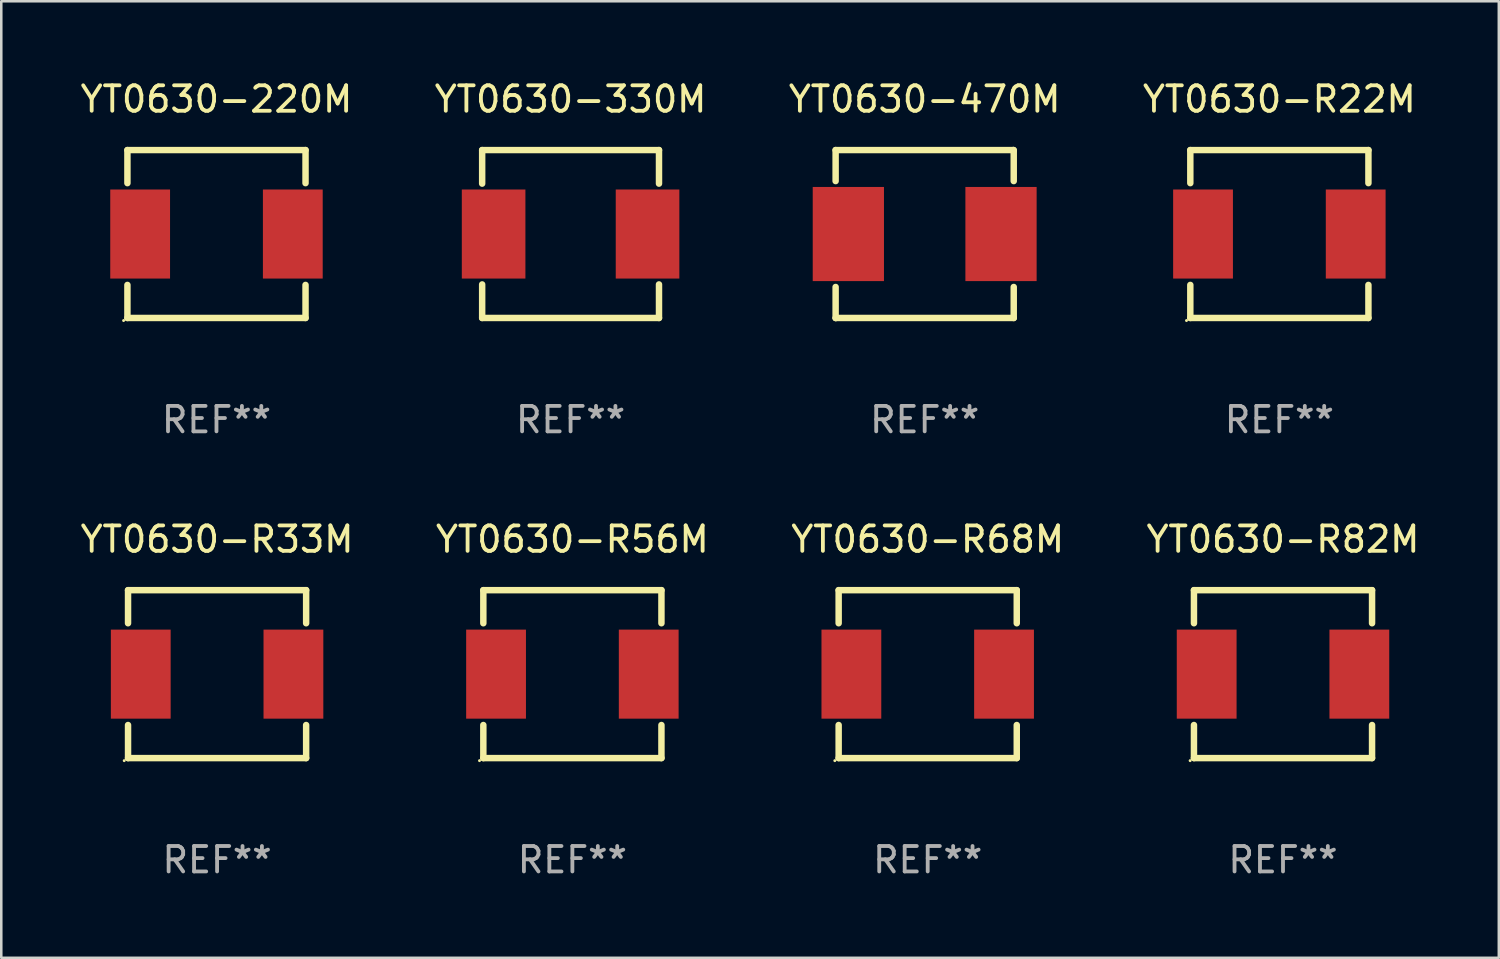
<source format=kicad_pcb>
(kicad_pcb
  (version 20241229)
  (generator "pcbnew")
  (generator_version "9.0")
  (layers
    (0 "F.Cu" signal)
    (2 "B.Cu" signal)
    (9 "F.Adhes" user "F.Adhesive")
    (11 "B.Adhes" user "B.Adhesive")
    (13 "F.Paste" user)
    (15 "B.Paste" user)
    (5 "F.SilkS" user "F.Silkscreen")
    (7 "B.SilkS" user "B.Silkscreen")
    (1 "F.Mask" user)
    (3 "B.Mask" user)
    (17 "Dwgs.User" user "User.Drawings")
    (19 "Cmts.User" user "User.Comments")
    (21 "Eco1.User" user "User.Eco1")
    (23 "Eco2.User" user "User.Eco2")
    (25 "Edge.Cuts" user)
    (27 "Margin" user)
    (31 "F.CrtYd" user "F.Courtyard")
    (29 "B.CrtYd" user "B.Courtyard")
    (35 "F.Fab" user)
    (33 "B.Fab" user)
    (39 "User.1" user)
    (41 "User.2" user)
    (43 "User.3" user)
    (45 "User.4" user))
  (footprint "YT0630-470M"
    (layer "F.Cu")
    (at 33.292 6.148)
    (property "Reference" "YT0630-470M" (at 0 -5.3 0) (layer "F.SilkS") (effects (font (size 1 1) (thickness 0.15))))
    (attr through_hole)
    (fp_line (start -3.5 -3.3) (end 3.48 -3.3) (stroke (width 0.254) (type solid)) (layer "F.SilkS"))
    (fp_line (start -3.5 -2.081) (end -3.5 -3.3) (stroke (width 0.254) (type solid)) (layer "F.SilkS"))
    (fp_line (start -3.5 3.3) (end -3.5 2.081) (stroke (width 0.254) (type solid)) (layer "F.SilkS"))
    (fp_line (start -3.49 3.3) (end -3.5 3.3) (stroke (width 0.254) (type solid)) (layer "F.SilkS"))
    (fp_line (start 3.48 -3.3) (end 3.5 -3.28) (stroke (width 0.254) (type solid)) (layer "F.SilkS"))
    (fp_line (start 3.5 -3.3) (end 3.5 -2.081) (stroke (width 0.254) (type solid)) (layer "F.SilkS"))
    (fp_line (start 3.5 2.081) (end 3.5 3.3) (stroke (width 0.254) (type solid)) (layer "F.SilkS"))
    (fp_line (start 3.5 3.3) (end -3.49 3.3) (stroke (width 0.254) (type solid)) (layer "F.SilkS"))
    (fp_circle (center -3.5 3.3) (end -3.47 3.3) (stroke (width 0.06) (type solid)) (fill no) (layer "F.SilkS"))
    (fp_text user "REF**" (at 0 7.3 0) (layer "F.Fab") (effects (font (size 1 1) (thickness 0.15))))
    (pad "1" smd rect (at -3 0) (size 2.8 3.7) (layers "F.Cu" "F.Mask" "F.Paste"))
    (pad "2" smd rect (at 3 0) (size 2.8 3.7) (layers "F.Cu" "F.Mask" "F.Paste")))
  (footprint "YT0630-R56M"
    (layer "F.Cu")
    (at 19.446 23.445)
    (property "Reference" "YT0630-R56M" (at 0 -5.3 0) (layer "F.SilkS") (effects (font (size 1 1) (thickness 0.15))))
    (attr through_hole)
    (fp_line (start -3.5 3.3) (end 3.5 3.3) (stroke (width 0.254) (type solid)) (layer "F.SilkS"))
    (fp_line (start -3.5 -3.3) (end -3.5 -2) (stroke (width 0.254) (type solid)) (layer "F.SilkS"))
    (fp_line (start -3.5 -3.3) (end 3.5 -3.3) (stroke (width 0.254) (type solid)) (layer "F.SilkS"))
    (fp_line (start -3.5 2) (end -3.5 3.3) (stroke (width 0.254) (type solid)) (layer "F.SilkS"))
    (fp_line (start 3.5 -3.3) (end 3.5 -2) (stroke (width 0.254) (type solid)) (layer "F.SilkS"))
    (fp_line (start 3.5 2) (end 3.5 3.3) (stroke (width 0.254) (type solid)) (layer "F.SilkS"))
    (fp_circle (center -3.65 3.4) (end -3.62 3.4) (stroke (width 0.06) (type solid)) (fill no) (layer "F.SilkS"))
    (fp_text user "REF**" (at 0 7.3 0) (layer "F.Fab") (effects (font (size 1 1) (thickness 0.15))))
    (pad "1" smd rect (at -3 0) (size 2.35 3.5) (layers "F.Cu" "F.Mask" "F.Paste"))
    (pad "2" smd rect (at 3 0) (size 2.35 3.5) (layers "F.Cu" "F.Mask" "F.Paste")))
  (footprint "YT0630-R82M"
    (layer "F.Cu")
    (at 47.375 23.445)
    (property "Reference" "YT0630-R82M" (at 0 -5.3 0) (layer "F.SilkS") (effects (font (size 1 1) (thickness 0.15))))
    (attr through_hole)
    (fp_line (start -3.5 3.3) (end 3.5 3.3) (stroke (width 0.254) (type solid)) (layer "F.SilkS"))
    (fp_line (start -3.5 -3.3) (end -3.5 -2) (stroke (width 0.254) (type solid)) (layer "F.SilkS"))
    (fp_line (start -3.5 -3.3) (end 3.5 -3.3) (stroke (width 0.254) (type solid)) (layer "F.SilkS"))
    (fp_line (start -3.5 2) (end -3.5 3.3) (stroke (width 0.254) (type solid)) (layer "F.SilkS"))
    (fp_line (start 3.5 -3.3) (end 3.5 -2) (stroke (width 0.254) (type solid)) (layer "F.SilkS"))
    (fp_line (start 3.5 2) (end 3.5 3.3) (stroke (width 0.254) (type solid)) (layer "F.SilkS"))
    (fp_circle (center -3.65 3.4) (end -3.62 3.4) (stroke (width 0.06) (type solid)) (fill no) (layer "F.SilkS"))
    (fp_text user "REF**" (at 0 7.3 0) (layer "F.Fab") (effects (font (size 1 1) (thickness 0.15))))
    (pad "1" smd rect (at -3 0) (size 2.35 3.5) (layers "F.Cu" "F.Mask" "F.Paste"))
    (pad "2" smd rect (at 3 0) (size 2.35 3.5) (layers "F.Cu" "F.Mask" "F.Paste")))
  (footprint "YT0630-220M"
    (layer "F.Cu")
    (at 5.458 6.148)
    (property "Reference" "YT0630-220M" (at 0 -5.3 0) (layer "F.SilkS") (effects (font (size 1 1) (thickness 0.15))))
    (attr through_hole)
    (fp_line (start -3.5 3.3) (end 3.5 3.3) (stroke (width 0.254) (type solid)) (layer "F.SilkS"))
    (fp_line (start -3.5 -3.3) (end -3.5 -2) (stroke (width 0.254) (type solid)) (layer "F.SilkS"))
    (fp_line (start -3.5 -3.3) (end 3.5 -3.3) (stroke (width 0.254) (type solid)) (layer "F.SilkS"))
    (fp_line (start -3.5 2) (end -3.5 3.3) (stroke (width 0.254) (type solid)) (layer "F.SilkS"))
    (fp_line (start 3.5 -3.3) (end 3.5 -2) (stroke (width 0.254) (type solid)) (layer "F.SilkS"))
    (fp_line (start 3.5 2) (end 3.5 3.3) (stroke (width 0.254) (type solid)) (layer "F.SilkS"))
    (fp_circle (center -3.65 3.4) (end -3.62 3.4) (stroke (width 0.06) (type solid)) (fill no) (layer "F.SilkS"))
    (fp_text user "REF**" (at 0 7.3 0) (layer "F.Fab") (effects (font (size 1 1) (thickness 0.15))))
    (pad "1" smd rect (at -3 0) (size 2.35 3.5) (layers "F.Cu" "F.Mask" "F.Paste"))
    (pad "2" smd rect (at 3 0) (size 2.35 3.5) (layers "F.Cu" "F.Mask" "F.Paste")))
  (footprint "YT0630-R68M"
    (layer "F.Cu")
    (at 33.411 23.445)
    (property "Reference" "YT0630-R68M" (at 0 -5.3 0) (layer "F.SilkS") (effects (font (size 1 1) (thickness 0.15))))
    (attr through_hole)
    (fp_line (start -3.5 3.3) (end 3.5 3.3) (stroke (width 0.254) (type solid)) (layer "F.SilkS"))
    (fp_line (start -3.5 -3.3) (end -3.5 -2) (stroke (width 0.254) (type solid)) (layer "F.SilkS"))
    (fp_line (start -3.5 -3.3) (end 3.5 -3.3) (stroke (width 0.254) (type solid)) (layer "F.SilkS"))
    (fp_line (start -3.5 2) (end -3.5 3.3) (stroke (width 0.254) (type solid)) (layer "F.SilkS"))
    (fp_line (start 3.5 -3.3) (end 3.5 -2) (stroke (width 0.254) (type solid)) (layer "F.SilkS"))
    (fp_line (start 3.5 2) (end 3.5 3.3) (stroke (width 0.254) (type solid)) (layer "F.SilkS"))
    (fp_circle (center -3.65 3.4) (end -3.62 3.4) (stroke (width 0.06) (type solid)) (fill no) (layer "F.SilkS"))
    (fp_text user "REF**" (at 0 7.3 0) (layer "F.Fab") (effects (font (size 1 1) (thickness 0.15))))
    (pad "1" smd rect (at -3 0) (size 2.35 3.5) (layers "F.Cu" "F.Mask" "F.Paste"))
    (pad "2" smd rect (at 3 0) (size 2.35 3.5) (layers "F.Cu" "F.Mask" "F.Paste")))
  (footprint "YT0630-R22M"
    (layer "F.Cu")
    (at 47.232 6.148)
    (property "Reference" "YT0630-R22M" (at 0 -5.3 0) (layer "F.SilkS") (effects (font (size 1 1) (thickness 0.15))))
    (attr through_hole)
    (fp_line (start -3.5 3.3) (end 3.5 3.3) (stroke (width 0.254) (type solid)) (layer "F.SilkS"))
    (fp_line (start -3.5 -3.3) (end -3.5 -2) (stroke (width 0.254) (type solid)) (layer "F.SilkS"))
    (fp_line (start -3.5 -3.3) (end 3.5 -3.3) (stroke (width 0.254) (type solid)) (layer "F.SilkS"))
    (fp_line (start -3.5 2) (end -3.5 3.3) (stroke (width 0.254) (type solid)) (layer "F.SilkS"))
    (fp_line (start 3.5 -3.3) (end 3.5 -2) (stroke (width 0.254) (type solid)) (layer "F.SilkS"))
    (fp_line (start 3.5 2) (end 3.5 3.3) (stroke (width 0.254) (type solid)) (layer "F.SilkS"))
    (fp_circle (center -3.65 3.4) (end -3.62 3.4) (stroke (width 0.06) (type solid)) (fill no) (layer "F.SilkS"))
    (fp_text user "REF**" (at 0 7.3 0) (layer "F.Fab") (effects (font (size 1 1) (thickness 0.15))))
    (pad "1" smd rect (at -3 0) (size 2.35 3.5) (layers "F.Cu" "F.Mask" "F.Paste"))
    (pad "2" smd rect (at 3 0) (size 2.35 3.5) (layers "F.Cu" "F.Mask" "F.Paste")))
  (footprint "YT0630-330M"
    (layer "F.Cu")
    (at 19.375 6.148)
    (property "Reference" "YT0630-330M" (at 0 -5.3 0) (layer "F.SilkS") (effects (font (size 1 1) (thickness 0.15))))
    (attr through_hole)
    (fp_line (start -3.475 -3.3) (end 3.475 -3.3) (stroke (width 0.254) (type solid)) (layer "F.SilkS"))
    (fp_line (start -3.475 -1.981) (end -3.475 -3.3) (stroke (width 0.254) (type solid)) (layer "F.SilkS"))
    (fp_line (start -3.475 3.3) (end -3.475 1.981) (stroke (width 0.254) (type solid)) (layer "F.SilkS"))
    (fp_line (start -3.475 3.3) (end 3.475 3.3) (stroke (width 0.254) (type solid)) (layer "F.SilkS"))
    (fp_line (start 3.475 -1.981) (end 3.475 -3.3) (stroke (width 0.254) (type solid)) (layer "F.SilkS"))
    (fp_line (start 3.475 3.3) (end 3.475 1.981) (stroke (width 0.254) (type solid)) (layer "F.SilkS"))
    (fp_circle (center -3.5 3.3) (end -3.47 3.3) (stroke (width 0.06) (type solid)) (fill no) (layer "F.SilkS"))
    (fp_text user "REF**" (at 0 7.3 0) (layer "F.Fab") (effects (font (size 1 1) (thickness 0.15))))
    (pad "1" smd rect (at -3.025 0) (size 2.5 3.5) (layers "F.Cu" "F.Mask" "F.Paste"))
    (pad "2" smd rect (at 3.025 0) (size 2.5 3.5) (layers "F.Cu" "F.Mask" "F.Paste")))
  (footprint "YT0630-R33M"
    (layer "F.Cu")
    (at 5.482 23.445)
    (property "Reference" "YT0630-R33M" (at 0 -5.3 0) (layer "F.SilkS") (effects (font (size 1 1) (thickness 0.15))))
    (attr through_hole)
    (fp_line (start -3.5 3.3) (end 3.5 3.3) (stroke (width 0.254) (type solid)) (layer "F.SilkS"))
    (fp_line (start -3.5 -3.3) (end -3.5 -2) (stroke (width 0.254) (type solid)) (layer "F.SilkS"))
    (fp_line (start -3.5 -3.3) (end 3.5 -3.3) (stroke (width 0.254) (type solid)) (layer "F.SilkS"))
    (fp_line (start -3.5 2) (end -3.5 3.3) (stroke (width 0.254) (type solid)) (layer "F.SilkS"))
    (fp_line (start 3.5 -3.3) (end 3.5 -2) (stroke (width 0.254) (type solid)) (layer "F.SilkS"))
    (fp_line (start 3.5 2) (end 3.5 3.3) (stroke (width 0.254) (type solid)) (layer "F.SilkS"))
    (fp_circle (center -3.65 3.4) (end -3.62 3.4) (stroke (width 0.06) (type solid)) (fill no) (layer "F.SilkS"))
    (fp_text user "REF**" (at 0 7.3 0) (layer "F.Fab") (effects (font (size 1 1) (thickness 0.15))))
    (pad "1" smd rect (at -3 0) (size 2.35 3.5) (layers "F.Cu" "F.Mask" "F.Paste"))
    (pad "2" smd rect (at 3 0) (size 2.35 3.5) (layers "F.Cu" "F.Mask" "F.Paste")))
  (gr_rect
    (start -3 -3)
    (end 55.857 34.593)
    (stroke (width 0.1) (type default))
    (fill no)
    (layer "Edge.Cuts")))
</source>
